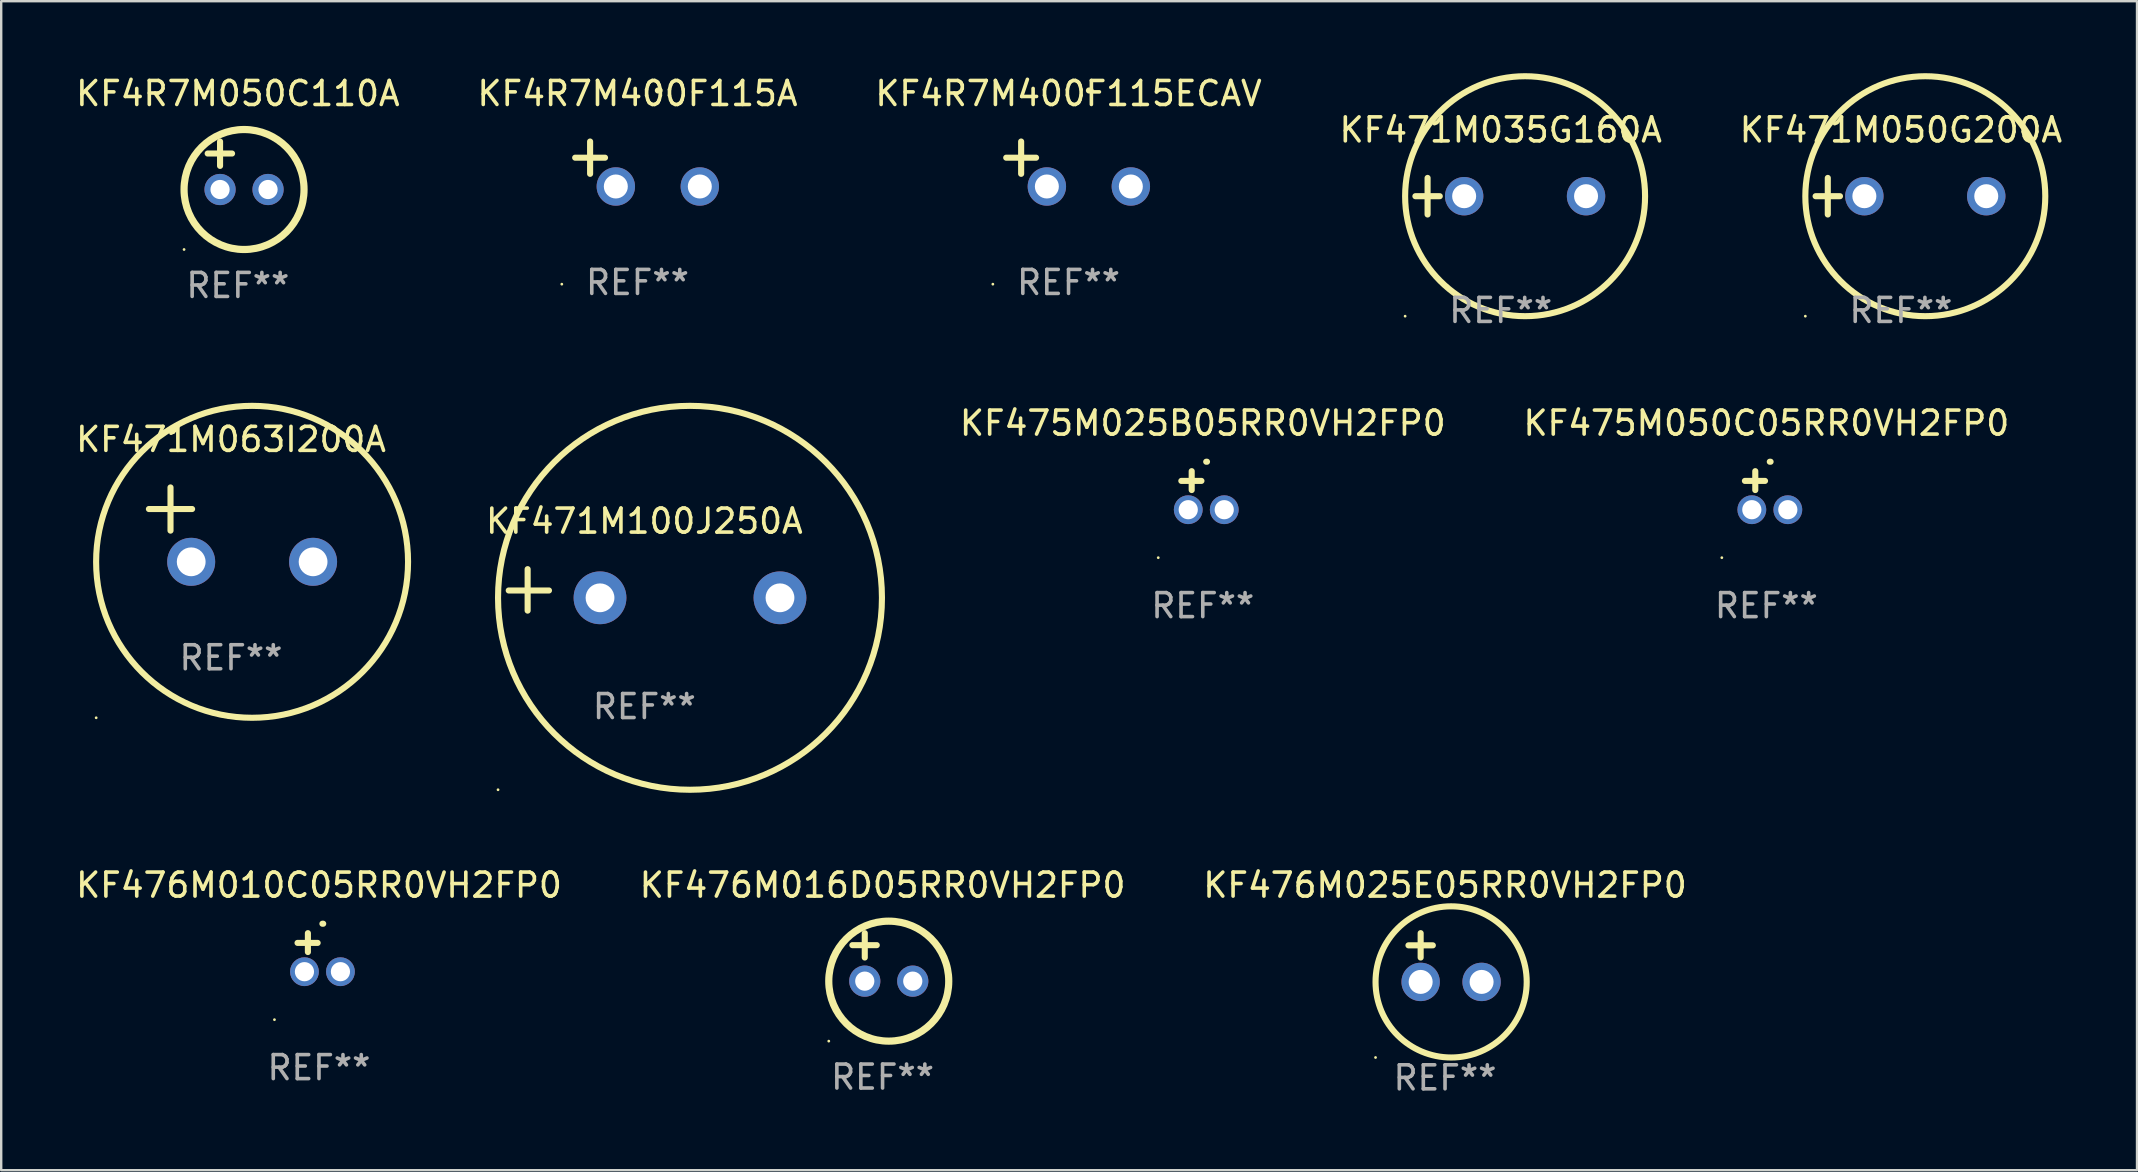
<source format=kicad_pcb>
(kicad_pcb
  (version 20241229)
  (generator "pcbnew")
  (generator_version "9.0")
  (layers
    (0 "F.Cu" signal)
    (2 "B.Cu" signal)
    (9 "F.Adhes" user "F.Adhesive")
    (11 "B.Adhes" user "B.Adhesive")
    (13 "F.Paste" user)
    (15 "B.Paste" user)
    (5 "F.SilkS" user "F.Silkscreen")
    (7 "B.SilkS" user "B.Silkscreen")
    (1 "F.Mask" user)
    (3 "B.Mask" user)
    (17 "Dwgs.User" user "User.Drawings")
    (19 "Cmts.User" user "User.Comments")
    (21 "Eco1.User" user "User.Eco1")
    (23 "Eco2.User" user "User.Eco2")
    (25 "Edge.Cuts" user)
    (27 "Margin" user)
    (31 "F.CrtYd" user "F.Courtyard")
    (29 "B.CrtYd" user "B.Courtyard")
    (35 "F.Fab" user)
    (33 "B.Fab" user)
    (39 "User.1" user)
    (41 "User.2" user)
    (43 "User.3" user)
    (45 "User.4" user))
  (footprint "KF4R7M050C110A"
    (layer "F.Cu")
    (at 6.863 3.848)
    (property "Reference" "KF4R7M050C110A" (at 0 -3 0) (layer "F.SilkS") (effects (font (size 1 1) (thickness 0.15))))
    (attr through_hole)
    (fp_line (start -1.258 -0.5) (end -0.242 -0.5) (stroke (width 0.254) (type solid)) (layer "F.SilkS"))
    (fp_line (start -0.742 -1) (end -0.742 0.016) (stroke (width 0.254) (type solid)) (layer "F.SilkS"))
    (fp_circle (center -2.242 3.5) (end -2.212 3.5) (stroke (width 0.06) (type solid)) (fill no) (layer "F.SilkS"))
    (fp_circle (center 0.258 1) (end 2.758 1) (stroke (width 0.3) (type solid)) (fill no) (layer "F.SilkS"))
    (fp_text user "REF**" (at 0 5 0) (layer "F.Fab") (effects (font (size 1 1) (thickness 0.15))))
    (pad "1" thru_hole circle (at -0.742 1) (size 1.3 1.3) (drill 0.8) (layers "*.Cu" "*.Mask"))
    (pad "2" thru_hole circle (at 1.258 1) (size 1.3 1.3) (drill 0.8) (layers "*.Cu" "*.Mask")))
  (footprint "KF476M016D05RR0VH2FP0"
    (layer "F.Cu")
    (at 33.732 36.84)
    (property "Reference" "KF476M016D05RR0VH2FP0" (at 0 -3 0) (layer "F.SilkS") (effects (font (size 1 1) (thickness 0.15))))
    (attr through_hole)
    (fp_line (start -1.258 -0.5) (end -0.242 -0.5) (stroke (width 0.254) (type solid)) (layer "F.SilkS"))
    (fp_line (start -0.742 -1) (end -0.742 0.016) (stroke (width 0.254) (type solid)) (layer "F.SilkS"))
    (fp_circle (center -2.242 3.5) (end -2.212 3.5) (stroke (width 0.06) (type solid)) (fill no) (layer "F.SilkS"))
    (fp_circle (center 0.258 1) (end 2.758 1) (stroke (width 0.3) (type solid)) (fill no) (layer "F.SilkS"))
    (fp_text user "REF**" (at 0 5 0) (layer "F.Fab") (effects (font (size 1 1) (thickness 0.15))))
    (pad "1" thru_hole circle (at -0.742 1) (size 1.3 1.3) (drill 0.8) (layers "*.Cu" "*.Mask"))
    (pad "2" thru_hole circle (at 1.258 1) (size 1.3 1.3) (drill 0.8) (layers "*.Cu" "*.Mask")))
  (footprint "KF471M035G160A"
    (layer "F.Cu")
    (at 59.494 5.127)
    (property "Reference" "KF471M035G160A" (at 0 -2.762 0) (layer "F.SilkS") (effects (font (size 1 1) (thickness 0.15))))
    (attr through_hole)
    (fp_line (start -3.556 0) (end -2.54 0) (stroke (width 0.254) (type solid)) (layer "F.SilkS"))
    (fp_line (start -3.048 -0.762) (end -3.048 0.762) (stroke (width 0.254) (type solid)) (layer "F.SilkS"))
    (fp_circle (center -3.984 5) (end -3.954 5) (stroke (width 0.06) (type solid)) (fill no) (layer "F.SilkS"))
    (fp_circle (center 1.016 0) (end 6.016 0) (stroke (width 0.254) (type solid)) (fill no) (layer "F.SilkS"))
    (fp_text user "REF**" (at 0 4.762 0) (layer "F.Fab") (effects (font (size 1 1) (thickness 0.15))))
    (pad "1" thru_hole circle (at -1.524 0) (size 1.6 1.6) (drill 1) (layers "*.Cu" "*.Mask"))
    (pad "2" thru_hole circle (at 3.556 0) (size 1.6 1.6) (drill 1) (layers "*.Cu" "*.Mask")))
  (footprint "KF4R7M400F115A"
    (layer "F.Cu")
    (at 23.518 3.785)
    (property "Reference" "KF4R7M400F115A" (at 0 -2.937 0) (layer "F.SilkS") (effects (font (size 1 1) (thickness 0.15))))
    (attr through_hole)
    (fp_line (start -1.975 0.41) (end -1.975 -0.937) (stroke (width 0.254) (type solid)) (layer "F.SilkS"))
    (fp_line (start -1.353 -0.263) (end -2.597 -0.263) (stroke (width 0.254) (type solid)) (layer "F.SilkS"))
    (fp_arc (start 0.849809 -3.063957) (mid 0.885369 -3.064114) (end 0.920929 -3.063957) (stroke (width 0.254001) (type solid)) (layer "F.SilkS"))
    (fp_circle (center -3.154 5.008) (end -3.124 5.008) (stroke (width 0.06) (type solid)) (fill no) (layer "F.SilkS"))
    (fp_text user "REF**" (at 0 4.937 0) (layer "F.Fab") (effects (font (size 1 1) (thickness 0.15))))
    (pad "1" thru_hole circle (at -0.903 0.937) (size 1.6 1.6) (drill 1) (layers "*.Cu" "*.Mask"))
    (pad "2" thru_hole circle (at 2.597 0.937) (size 1.6 1.6) (drill 1) (layers "*.Cu" "*.Mask")))
  (footprint "KF471M050G200A"
    (layer "F.Cu")
    (at 76.173 5.127)
    (property "Reference" "KF471M050G200A" (at 0 -2.762 0) (layer "F.SilkS") (effects (font (size 1 1) (thickness 0.15))))
    (attr through_hole)
    (fp_line (start -3.556 0) (end -2.54 0) (stroke (width 0.254) (type solid)) (layer "F.SilkS"))
    (fp_line (start -3.048 -0.762) (end -3.048 0.762) (stroke (width 0.254) (type solid)) (layer "F.SilkS"))
    (fp_circle (center -3.984 5) (end -3.954 5) (stroke (width 0.06) (type solid)) (fill no) (layer "F.SilkS"))
    (fp_circle (center 1.016 0) (end 6.016 0) (stroke (width 0.254) (type solid)) (fill no) (layer "F.SilkS"))
    (fp_text user "REF**" (at 0 4.762 0) (layer "F.Fab") (effects (font (size 1 1) (thickness 0.15))))
    (pad "1" thru_hole circle (at -1.524 0) (size 1.6 1.6) (drill 1) (layers "*.Cu" "*.Mask"))
    (pad "2" thru_hole circle (at 3.556 0) (size 1.6 1.6) (drill 1) (layers "*.Cu" "*.Mask")))
  (footprint "KF4R7M400F115ECAV"
    (layer "F.Cu")
    (at 41.482 3.785)
    (property "Reference" "KF4R7M400F115ECAV" (at 0 -2.937 0) (layer "F.SilkS") (effects (font (size 1 1) (thickness 0.15))))
    (attr through_hole)
    (fp_line (start -1.975 0.41) (end -1.975 -0.937) (stroke (width 0.254) (type solid)) (layer "F.SilkS"))
    (fp_line (start -1.353 -0.263) (end -2.597 -0.263) (stroke (width 0.254) (type solid)) (layer "F.SilkS"))
    (fp_arc (start 0.849809 -3.063957) (mid 0.885369 -3.064114) (end 0.920929 -3.063957) (stroke (width 0.254001) (type solid)) (layer "F.SilkS"))
    (fp_circle (center -3.154 5.008) (end -3.124 5.008) (stroke (width 0.06) (type solid)) (fill no) (layer "F.SilkS"))
    (fp_text user "REF**" (at 0 4.937 0) (layer "F.Fab") (effects (font (size 1 1) (thickness 0.15))))
    (pad "1" thru_hole circle (at -0.903 0.937) (size 1.6 1.6) (drill 1) (layers "*.Cu" "*.Mask"))
    (pad "2" thru_hole circle (at 2.597 0.937) (size 1.6 1.6) (drill 1) (layers "*.Cu" "*.Mask")))
  (footprint "KF471M100J250A"
    (layer "F.Cu")
    (at 23.804 21.534)
    (property "Reference" "KF471M100J250A" (at 0 -2.864 0) (layer "F.SilkS") (effects (font (size 1 1) (thickness 0.15))))
    (attr through_hole)
    (fp_line (start -4.864 0.864) (end -4.864 -0.864) (stroke (width 0.254) (type solid)) (layer "F.SilkS"))
    (fp_line (start -3.975 0.025) (end -5.652 0.025) (stroke (width 0.254) (type solid)) (layer "F.SilkS"))
    (fp_circle (center -6.098 8.33) (end -6.068 8.33) (stroke (width 0.06) (type solid)) (fill no) (layer "F.SilkS"))
    (fp_circle (center 1.902 0.33) (end 9.902 0.33) (stroke (width 0.254) (type solid)) (fill no) (layer "F.SilkS"))
    (fp_text user "REF**" (at 0 4.864 0) (layer "F.Fab") (effects (font (size 1 1) (thickness 0.15))))
    (pad "1" thru_hole circle (at -1.848 0.33) (size 2.2 2.2) (drill 1.2) (layers "*.Cu" "*.Mask"))
    (pad "2" thru_hole circle (at 5.652 0.33) (size 2.2 2.2) (drill 1.2) (layers "*.Cu" "*.Mask")))
  (footprint "KF476M025E05RR0VH2FP0"
    (layer "F.Cu")
    (at 57.173 36.856)
    (property "Reference" "KF476M025E05RR0VH2FP0" (at 0 -3.016 0) (layer "F.SilkS") (effects (font (size 1 1) (thickness 0.15))))
    (attr through_hole)
    (fp_line (start -1.524 -0.508) (end -0.508 -0.508) (stroke (width 0.254) (type solid)) (layer "F.SilkS"))
    (fp_line (start -1.016 -1.016) (end -1.016 0) (stroke (width 0.254) (type solid)) (layer "F.SilkS"))
    (fp_circle (center -2.896 4.166) (end -2.866 4.166) (stroke (width 0.06) (type solid)) (fill no) (layer "F.SilkS"))
    (fp_circle (center 0.254 1.016) (end 3.404 1.016) (stroke (width 0.254) (type solid)) (fill no) (layer "F.SilkS"))
    (fp_text user "REF**" (at 0 5.016 0) (layer "F.Fab") (effects (font (size 1 1) (thickness 0.15))))
    (pad "1" thru_hole circle (at -1.016 1.016) (size 1.6 1.6) (drill 1) (layers "*.Cu" "*.Mask"))
    (pad "2" thru_hole circle (at 1.524 1.016) (size 1.6 1.6) (drill 1) (layers "*.Cu" "*.Mask")))
  (footprint "KF475M025B05RR0VH2FP0"
    (layer "F.Cu")
    (at 47.077 17.389)
    (property "Reference" "KF475M025B05RR0VH2FP0" (at 0 -2.803 0) (layer "F.SilkS") (effects (font (size 1 1) (thickness 0.15))))
    (attr through_hole)
    (fp_line (start -0.462 -0.016) (end -0.462 -0.803) (stroke (width 0.254) (type solid)) (layer "F.SilkS"))
    (fp_line (start -0.056 -0.397) (end -0.894 -0.397) (stroke (width 0.254) (type solid)) (layer "F.SilkS"))
    (fp_arc (start 0.142799 -1.195784) (mid 0.159309 -1.195852) (end 0.175819 -1.195784) (stroke (width 0.254001) (type solid)) (layer "F.SilkS"))
    (fp_circle (center -1.856 2.803) (end -1.826 2.803) (stroke (width 0.06) (type solid)) (fill no) (layer "F.SilkS"))
    (fp_text user "REF**" (at 0 4.803 0) (layer "F.Fab") (effects (font (size 1 1) (thickness 0.15))))
    (pad "1" thru_hole circle (at -0.606 0.803) (size 1.2 1.2) (drill 0.8) (layers "*.Cu" "*.Mask"))
    (pad "2" thru_hole circle (at 0.894 0.803) (size 1.2 1.2) (drill 0.8) (layers "*.Cu" "*.Mask")))
  (footprint "KF476M010C05RR0VH2FP0"
    (layer "F.Cu")
    (at 10.244 36.643)
    (property "Reference" "KF476M010C05RR0VH2FP0" (at 0 -2.803 0) (layer "F.SilkS") (effects (font (size 1 1) (thickness 0.15))))
    (attr through_hole)
    (fp_line (start -0.462 -0.016) (end -0.462 -0.803) (stroke (width 0.254) (type solid)) (layer "F.SilkS"))
    (fp_line (start -0.056 -0.397) (end -0.894 -0.397) (stroke (width 0.254) (type solid)) (layer "F.SilkS"))
    (fp_arc (start 0.142799 -1.195784) (mid 0.159309 -1.195852) (end 0.175819 -1.195784) (stroke (width 0.254001) (type solid)) (layer "F.SilkS"))
    (fp_circle (center -1.856 2.803) (end -1.826 2.803) (stroke (width 0.06) (type solid)) (fill no) (layer "F.SilkS"))
    (fp_text user "REF**" (at 0 4.803 0) (layer "F.Fab") (effects (font (size 1 1) (thickness 0.15))))
    (pad "1" thru_hole circle (at -0.606 0.803) (size 1.2 1.2) (drill 0.8) (layers "*.Cu" "*.Mask"))
    (pad "2" thru_hole circle (at 0.894 0.803) (size 1.2 1.2) (drill 0.8) (layers "*.Cu" "*.Mask")))
  (footprint "KF471M063I200A"
    (layer "F.Cu")
    (at 6.577 18.814)
    (property "Reference" "KF471M063I200A" (at 0 -3.55 0) (layer "F.SilkS") (effects (font (size 1 1) (thickness 0.15))))
    (attr through_hole)
    (fp_line (start -3.421 -0.65) (end -1.621 -0.65) (stroke (width 0.254) (type solid)) (layer "F.SilkS"))
    (fp_line (start -2.521 -1.55) (end -2.521 0.25) (stroke (width 0.254) (type solid)) (layer "F.SilkS"))
    (fp_circle (center -5.619 8.05) (end -5.589 8.05) (stroke (width 0.06) (type solid)) (fill no) (layer "F.SilkS"))
    (fp_circle (center 0.879 1.55) (end 7.379 1.55) (stroke (width 0.254) (type solid)) (fill no) (layer "F.SilkS"))
    (fp_text user "REF**" (at 0 5.55 0) (layer "F.Fab") (effects (font (size 1 1) (thickness 0.15))))
    (pad "1" thru_hole circle (at -1.659 1.55) (size 2 2) (drill 1.2) (layers "*.Cu" "*.Mask"))
    (pad "2" thru_hole circle (at 3.421 1.55) (size 2 2) (drill 1.2) (layers "*.Cu" "*.Mask")))
  (footprint "KF475M050C05RR0VH2FP0"
    (layer "F.Cu")
    (at 70.565 17.389)
    (property "Reference" "KF475M050C05RR0VH2FP0" (at 0 -2.803 0) (layer "F.SilkS") (effects (font (size 1 1) (thickness 0.15))))
    (attr through_hole)
    (fp_line (start -0.462 -0.016) (end -0.462 -0.803) (stroke (width 0.254) (type solid)) (layer "F.SilkS"))
    (fp_line (start -0.056 -0.397) (end -0.894 -0.397) (stroke (width 0.254) (type solid)) (layer "F.SilkS"))
    (fp_arc (start 0.142799 -1.195784) (mid 0.159309 -1.195852) (end 0.175819 -1.195784) (stroke (width 0.254001) (type solid)) (layer "F.SilkS"))
    (fp_circle (center -1.856 2.803) (end -1.826 2.803) (stroke (width 0.06) (type solid)) (fill no) (layer "F.SilkS"))
    (fp_text user "REF**" (at 0 4.803 0) (layer "F.Fab") (effects (font (size 1 1) (thickness 0.15))))
    (pad "1" thru_hole circle (at -0.606 0.803) (size 1.2 1.2) (drill 0.8) (layers "*.Cu" "*.Mask"))
    (pad "2" thru_hole circle (at 0.894 0.803) (size 1.2 1.2) (drill 0.8) (layers "*.Cu" "*.Mask")))
  (gr_rect
    (start -3 -3)
    (end 86.012 45.72)
    (stroke (width 0.1) (type default))
    (fill no)
    (layer "Edge.Cuts")))
</source>
